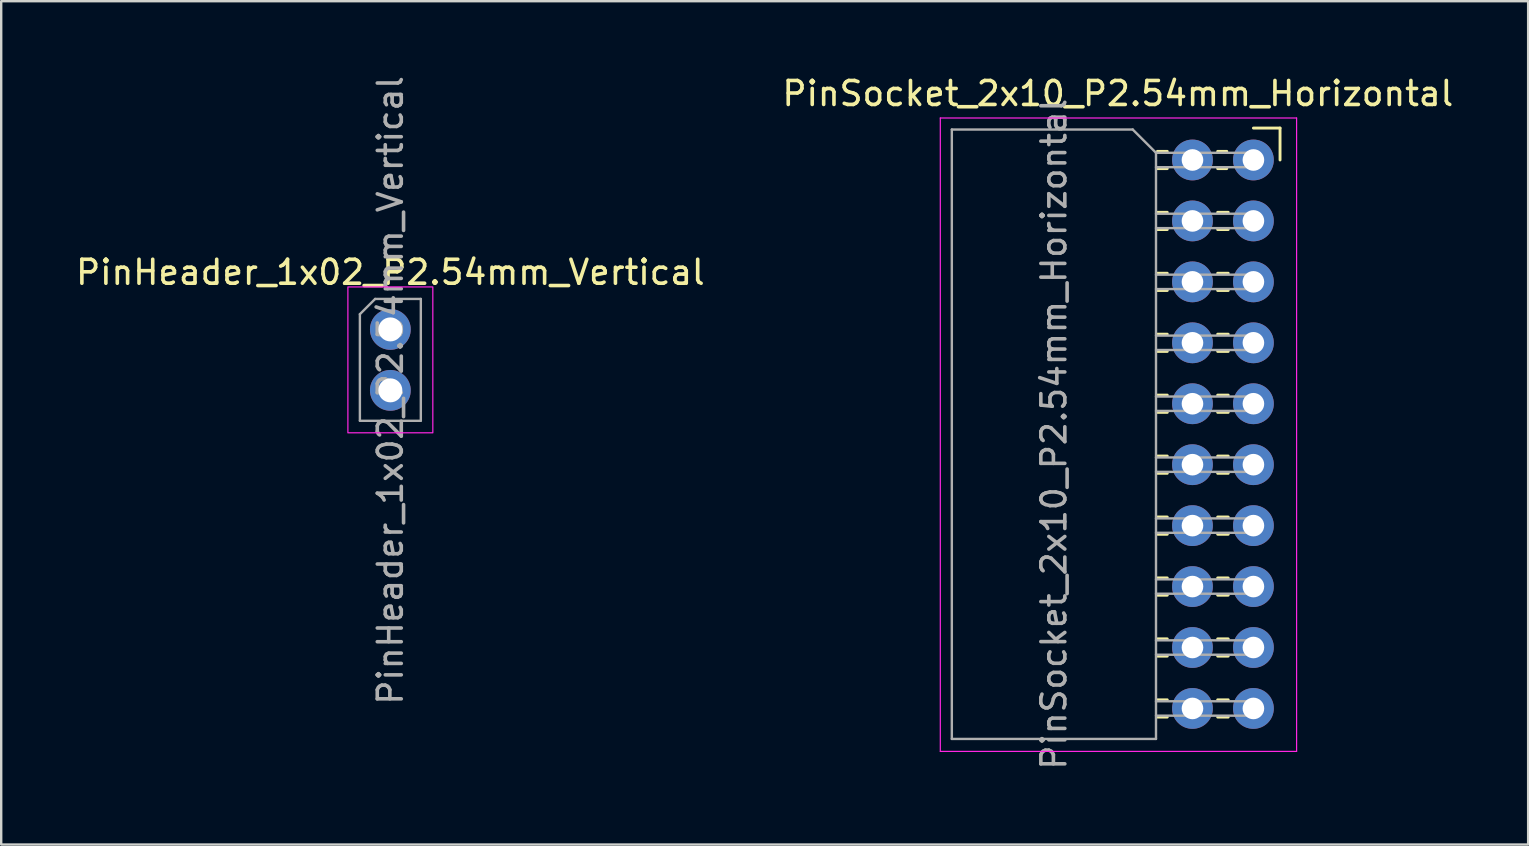
<source format=kicad_pcb>
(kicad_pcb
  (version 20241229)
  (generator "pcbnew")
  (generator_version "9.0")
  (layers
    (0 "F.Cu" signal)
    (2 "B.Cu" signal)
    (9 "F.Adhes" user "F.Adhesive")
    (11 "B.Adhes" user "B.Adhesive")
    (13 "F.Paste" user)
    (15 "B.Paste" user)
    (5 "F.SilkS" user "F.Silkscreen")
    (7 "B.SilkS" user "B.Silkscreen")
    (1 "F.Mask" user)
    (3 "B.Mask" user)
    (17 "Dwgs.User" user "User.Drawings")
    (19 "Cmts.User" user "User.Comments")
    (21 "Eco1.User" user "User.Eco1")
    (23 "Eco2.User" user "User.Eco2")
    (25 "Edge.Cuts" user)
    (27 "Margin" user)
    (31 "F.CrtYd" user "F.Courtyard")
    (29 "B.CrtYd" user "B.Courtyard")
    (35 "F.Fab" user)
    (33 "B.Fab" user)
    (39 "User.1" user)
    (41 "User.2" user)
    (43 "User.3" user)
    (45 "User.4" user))
  (footprint "PinHeader_1x02_P2.54mm_Vertical"
    (layer "F.Cu")
    (at 13.22 10.68)
    (property "Reference" "PinHeader_1x02_P2.54mm_Vertical" (at 0 -2.38 0) (layer "F.SilkS") (effects (font (size 1 1) (thickness 0.15))))
    (attr through_hole)
    (fp_rect (start -1.77 -1.77) (end 1.77 4.31) (stroke (width 0.05) (type solid)) (fill no) (layer "F.CrtYd"))
    (fp_line (start -1.27 -0.635) (end -0.635 -1.27) (stroke (width 0.1) (type solid)) (layer "F.Fab"))
    (fp_line (start -1.27 3.8) (end -1.27 -0.635) (stroke (width 0.1) (type solid)) (layer "F.Fab"))
    (fp_line (start -0.635 -1.27) (end 1.27 -1.27) (stroke (width 0.1) (type solid)) (layer "F.Fab"))
    (fp_line (start 1.27 -1.27) (end 1.27 3.8) (stroke (width 0.1) (type solid)) (layer "F.Fab"))
    (fp_line (start 1.27 3.81) (end -1.27 3.81) (stroke (width 0.1) (type solid)) (layer "F.Fab"))
    (fp_text user "${REFERENCE}" (at 0 2.54 90) (layer "F.Fab") (effects (font (size 1 1) (thickness 0.15))))
    (pad "1" thru_hole circle (at 0 0) (size 1.7 1.7) (drill 1) (layers "*.Cu" "*.Mask"))
    (pad "2" thru_hole circle (at 0 2.54) (size 1.7 1.7) (drill 1) (layers "*.Cu" "*.Mask")))
  (footprint "PinSocket_2x10_P2.54mm_Horizontal"
    (layer "F.Cu")
    (at 49.192 3.618)
    (property "Reference" "PinSocket_2x10_P2.54mm_Horizontal" (at -5.65 -2.77 0) (layer "F.SilkS") (effects (font (size 1 1) (thickness 0.15))))
    (attr through_hole)
    (fp_line (start -4 -0.36) (end -3.59 -0.36) (stroke (width 0.12) (type solid)) (layer "F.SilkS"))
    (fp_line (start -4 0.36) (end -3.59 0.36) (stroke (width 0.12) (type solid)) (layer "F.SilkS"))
    (fp_line (start -4 2.18) (end -3.59 2.18) (stroke (width 0.12) (type solid)) (layer "F.SilkS"))
    (fp_line (start -4 2.9) (end -3.59 2.9) (stroke (width 0.12) (type solid)) (layer "F.SilkS"))
    (fp_line (start -4 4.72) (end -3.59 4.72) (stroke (width 0.12) (type solid)) (layer "F.SilkS"))
    (fp_line (start -4 5.44) (end -3.59 5.44) (stroke (width 0.12) (type solid)) (layer "F.SilkS"))
    (fp_line (start -4 7.26) (end -3.59 7.26) (stroke (width 0.12) (type solid)) (layer "F.SilkS"))
    (fp_line (start -4 7.98) (end -3.59 7.98) (stroke (width 0.12) (type solid)) (layer "F.SilkS"))
    (fp_line (start -4 9.8) (end -3.59 9.8) (stroke (width 0.12) (type solid)) (layer "F.SilkS"))
    (fp_line (start -4 10.52) (end -3.59 10.52) (stroke (width 0.12) (type solid)) (layer "F.SilkS"))
    (fp_line (start -4 12.34) (end -3.59 12.34) (stroke (width 0.12) (type solid)) (layer "F.SilkS"))
    (fp_line (start -4 13.06) (end -3.59 13.06) (stroke (width 0.12) (type solid)) (layer "F.SilkS"))
    (fp_line (start -4 14.88) (end -3.59 14.88) (stroke (width 0.12) (type solid)) (layer "F.SilkS"))
    (fp_line (start -4 15.6) (end -3.59 15.6) (stroke (width 0.12) (type solid)) (layer "F.SilkS"))
    (fp_line (start -4 17.42) (end -3.59 17.42) (stroke (width 0.12) (type solid)) (layer "F.SilkS"))
    (fp_line (start -4 18.14) (end -3.59 18.14) (stroke (width 0.12) (type solid)) (layer "F.SilkS"))
    (fp_line (start -4 19.96) (end -3.59 19.96) (stroke (width 0.12) (type solid)) (layer "F.SilkS"))
    (fp_line (start -4 20.68) (end -3.59 20.68) (stroke (width 0.12) (type solid)) (layer "F.SilkS"))
    (fp_line (start -4 22.5) (end -3.59 22.5) (stroke (width 0.12) (type solid)) (layer "F.SilkS"))
    (fp_line (start -4 23.22) (end -3.59 23.22) (stroke (width 0.12) (type solid)) (layer "F.SilkS"))
    (fp_line (start -1.49 -0.36) (end -1.11 -0.36) (stroke (width 0.12) (type solid)) (layer "F.SilkS"))
    (fp_line (start -1.49 0.36) (end -1.11 0.36) (stroke (width 0.12) (type solid)) (layer "F.SilkS"))
    (fp_line (start -1.49 2.18) (end -1.05 2.18) (stroke (width 0.12) (type solid)) (layer "F.SilkS"))
    (fp_line (start -1.49 2.9) (end -1.05 2.9) (stroke (width 0.12) (type solid)) (layer "F.SilkS"))
    (fp_line (start -1.49 4.72) (end -1.05 4.72) (stroke (width 0.12) (type solid)) (layer "F.SilkS"))
    (fp_line (start -1.49 5.44) (end -1.05 5.44) (stroke (width 0.12) (type solid)) (layer "F.SilkS"))
    (fp_line (start -1.49 7.26) (end -1.05 7.26) (stroke (width 0.12) (type solid)) (layer "F.SilkS"))
    (fp_line (start -1.49 7.98) (end -1.05 7.98) (stroke (width 0.12) (type solid)) (layer "F.SilkS"))
    (fp_line (start -1.49 9.8) (end -1.05 9.8) (stroke (width 0.12) (type solid)) (layer "F.SilkS"))
    (fp_line (start -1.49 10.52) (end -1.05 10.52) (stroke (width 0.12) (type solid)) (layer "F.SilkS"))
    (fp_line (start -1.49 12.34) (end -1.05 12.34) (stroke (width 0.12) (type solid)) (layer "F.SilkS"))
    (fp_line (start -1.49 13.06) (end -1.05 13.06) (stroke (width 0.12) (type solid)) (layer "F.SilkS"))
    (fp_line (start -1.49 14.88) (end -1.05 14.88) (stroke (width 0.12) (type solid)) (layer "F.SilkS"))
    (fp_line (start -1.49 15.6) (end -1.05 15.6) (stroke (width 0.12) (type solid)) (layer "F.SilkS"))
    (fp_line (start -1.49 17.42) (end -1.05 17.42) (stroke (width 0.12) (type solid)) (layer "F.SilkS"))
    (fp_line (start -1.49 18.14) (end -1.05 18.14) (stroke (width 0.12) (type solid)) (layer "F.SilkS"))
    (fp_line (start -1.49 19.96) (end -1.05 19.96) (stroke (width 0.12) (type solid)) (layer "F.SilkS"))
    (fp_line (start -1.49 20.68) (end -1.05 20.68) (stroke (width 0.12) (type solid)) (layer "F.SilkS"))
    (fp_line (start -1.49 22.5) (end -1.05 22.5) (stroke (width 0.12) (type solid)) (layer "F.SilkS"))
    (fp_line (start -1.49 23.22) (end -1.05 23.22) (stroke (width 0.12) (type solid)) (layer "F.SilkS"))
    (fp_line (start 0 -1.33) (end 1.11 -1.33) (stroke (width 0.12) (type solid)) (layer "F.SilkS"))
    (fp_line (start 1.11 -1.33) (end 1.11 0) (stroke (width 0.12) (type solid)) (layer "F.SilkS"))
    (fp_line (start -13.05 -1.75) (end -13.05 24.65) (stroke (width 0.05) (type solid)) (layer "F.CrtYd"))
    (fp_line (start -13.05 24.65) (end 1.8 24.65) (stroke (width 0.05) (type solid)) (layer "F.CrtYd"))
    (fp_line (start 1.8 -1.75) (end -13.05 -1.75) (stroke (width 0.05) (type solid)) (layer "F.CrtYd"))
    (fp_line (start 1.8 24.65) (end 1.8 -1.75) (stroke (width 0.05) (type solid)) (layer "F.CrtYd"))
    (fp_line (start -12.57 -1.27) (end -5.03 -1.27) (stroke (width 0.1) (type solid)) (layer "F.Fab"))
    (fp_line (start -12.57 24.13) (end -12.57 -1.27) (stroke (width 0.1) (type solid)) (layer "F.Fab"))
    (fp_line (start -5.03 -1.27) (end -4.06 -0.3) (stroke (width 0.1) (type solid)) (layer "F.Fab"))
    (fp_line (start -4.06 -0.3) (end -4.06 24.13) (stroke (width 0.1) (type solid)) (layer "F.Fab"))
    (fp_line (start -4.06 0.3) (end 0 0.3) (stroke (width 0.1) (type solid)) (layer "F.Fab"))
    (fp_line (start -4.06 2.84) (end 0 2.84) (stroke (width 0.1) (type solid)) (layer "F.Fab"))
    (fp_line (start -4.06 5.38) (end 0 5.38) (stroke (width 0.1) (type solid)) (layer "F.Fab"))
    (fp_line (start -4.06 7.92) (end 0 7.92) (stroke (width 0.1) (type solid)) (layer "F.Fab"))
    (fp_line (start -4.06 10.46) (end 0 10.46) (stroke (width 0.1) (type solid)) (layer "F.Fab"))
    (fp_line (start -4.06 13) (end 0 13) (stroke (width 0.1) (type solid)) (layer "F.Fab"))
    (fp_line (start -4.06 15.54) (end 0 15.54) (stroke (width 0.1) (type solid)) (layer "F.Fab"))
    (fp_line (start -4.06 18.08) (end 0 18.08) (stroke (width 0.1) (type solid)) (layer "F.Fab"))
    (fp_line (start -4.06 20.62) (end 0 20.62) (stroke (width 0.1) (type solid)) (layer "F.Fab"))
    (fp_line (start -4.06 23.16) (end 0 23.16) (stroke (width 0.1) (type solid)) (layer "F.Fab"))
    (fp_line (start -4.06 24.13) (end -12.57 24.13) (stroke (width 0.1) (type solid)) (layer "F.Fab"))
    (fp_line (start 0 -0.3) (end -4.06 -0.3) (stroke (width 0.1) (type solid)) (layer "F.Fab"))
    (fp_line (start 0 0.3) (end 0 -0.3) (stroke (width 0.1) (type solid)) (layer "F.Fab"))
    (fp_line (start 0 2.24) (end -4.06 2.24) (stroke (width 0.1) (type solid)) (layer "F.Fab"))
    (fp_line (start 0 2.84) (end 0 2.24) (stroke (width 0.1) (type solid)) (layer "F.Fab"))
    (fp_line (start 0 4.78) (end -4.06 4.78) (stroke (width 0.1) (type solid)) (layer "F.Fab"))
    (fp_line (start 0 5.38) (end 0 4.78) (stroke (width 0.1) (type solid)) (layer "F.Fab"))
    (fp_line (start 0 7.32) (end -4.06 7.32) (stroke (width 0.1) (type solid)) (layer "F.Fab"))
    (fp_line (start 0 7.92) (end 0 7.32) (stroke (width 0.1) (type solid)) (layer "F.Fab"))
    (fp_line (start 0 9.86) (end -4.06 9.86) (stroke (width 0.1) (type solid)) (layer "F.Fab"))
    (fp_line (start 0 10.46) (end 0 9.86) (stroke (width 0.1) (type solid)) (layer "F.Fab"))
    (fp_line (start 0 12.4) (end -4.06 12.4) (stroke (width 0.1) (type solid)) (layer "F.Fab"))
    (fp_line (start 0 13) (end 0 12.4) (stroke (width 0.1) (type solid)) (layer "F.Fab"))
    (fp_line (start 0 14.94) (end -4.06 14.94) (stroke (width 0.1) (type solid)) (layer "F.Fab"))
    (fp_line (start 0 15.54) (end 0 14.94) (stroke (width 0.1) (type solid)) (layer "F.Fab"))
    (fp_line (start 0 17.48) (end -4.06 17.48) (stroke (width 0.1) (type solid)) (layer "F.Fab"))
    (fp_line (start 0 18.08) (end 0 17.48) (stroke (width 0.1) (type solid)) (layer "F.Fab"))
    (fp_line (start 0 20.02) (end -4.06 20.02) (stroke (width 0.1) (type solid)) (layer "F.Fab"))
    (fp_line (start 0 20.62) (end 0 20.02) (stroke (width 0.1) (type solid)) (layer "F.Fab"))
    (fp_line (start 0 22.56) (end -4.06 22.56) (stroke (width 0.1) (type solid)) (layer "F.Fab"))
    (fp_line (start 0 23.16) (end 0 22.56) (stroke (width 0.1) (type solid)) (layer "F.Fab"))
    (fp_text user "${REFERENCE}" (at -8.315 11.43 90) (layer "F.Fab") (effects (font (size 1 1) (thickness 0.15))))
    (pad "1" thru_hole circle (at 0 0) (size 1.7 1.7) (drill 0.9) (layers "*.Cu" "*.Mask"))
    (pad "2" thru_hole circle (at -2.54 0) (size 1.7 1.7) (drill 0.9) (layers "*.Cu" "*.Mask"))
    (pad "3" thru_hole circle (at 0 2.54) (size 1.7 1.7) (drill 0.9) (layers "*.Cu" "*.Mask"))
    (pad "4" thru_hole circle (at -2.54 2.54) (size 1.7 1.7) (drill 0.9) (layers "*.Cu" "*.Mask"))
    (pad "5" thru_hole circle (at 0 5.08) (size 1.7 1.7) (drill 0.9) (layers "*.Cu" "*.Mask"))
    (pad "6" thru_hole circle (at -2.54 5.08) (size 1.7 1.7) (drill 0.9) (layers "*.Cu" "*.Mask"))
    (pad "7" thru_hole circle (at 0 7.62) (size 1.7 1.7) (drill 0.9) (layers "*.Cu" "*.Mask"))
    (pad "8" thru_hole circle (at -2.54 7.62) (size 1.7 1.7) (drill 0.9) (layers "*.Cu" "*.Mask"))
    (pad "9" thru_hole circle (at 0 10.16) (size 1.7 1.7) (drill 0.9) (layers "*.Cu" "*.Mask"))
    (pad "10" thru_hole circle (at -2.54 10.16) (size 1.7 1.7) (drill 0.9) (layers "*.Cu" "*.Mask"))
    (pad "11" thru_hole circle (at 0 12.7) (size 1.7 1.7) (drill 0.9) (layers "*.Cu" "*.Mask"))
    (pad "12" thru_hole circle (at -2.54 12.7) (size 1.7 1.7) (drill 0.9) (layers "*.Cu" "*.Mask"))
    (pad "13" thru_hole circle (at 0 15.24) (size 1.7 1.7) (drill 0.9) (layers "*.Cu" "*.Mask"))
    (pad "14" thru_hole circle (at -2.54 15.24) (size 1.7 1.7) (drill 0.9) (layers "*.Cu" "*.Mask"))
    (pad "15" thru_hole circle (at 0 17.78) (size 1.7 1.7) (drill 0.9) (layers "*.Cu" "*.Mask"))
    (pad "16" thru_hole circle (at -2.54 17.78) (size 1.7 1.7) (drill 0.9) (layers "*.Cu" "*.Mask"))
    (pad "17" thru_hole circle (at 0 20.32) (size 1.7 1.7) (drill 0.9) (layers "*.Cu" "*.Mask"))
    (pad "18" thru_hole circle (at -2.54 20.32) (size 1.7 1.7) (drill 0.9) (layers "*.Cu" "*.Mask"))
    (pad "19" thru_hole circle (at 0 22.86) (size 1.7 1.7) (drill 0.9) (layers "*.Cu" "*.Mask"))
    (pad "20" thru_hole circle (at -2.54 22.86) (size 1.7 1.7) (drill 0.9) (layers "*.Cu" "*.Mask")))
  (gr_rect
    (start -3 -3)
    (end 60.643 32.149)
    (stroke (width 0.1) (type default))
    (fill no)
    (layer "Edge.Cuts")))
</source>
